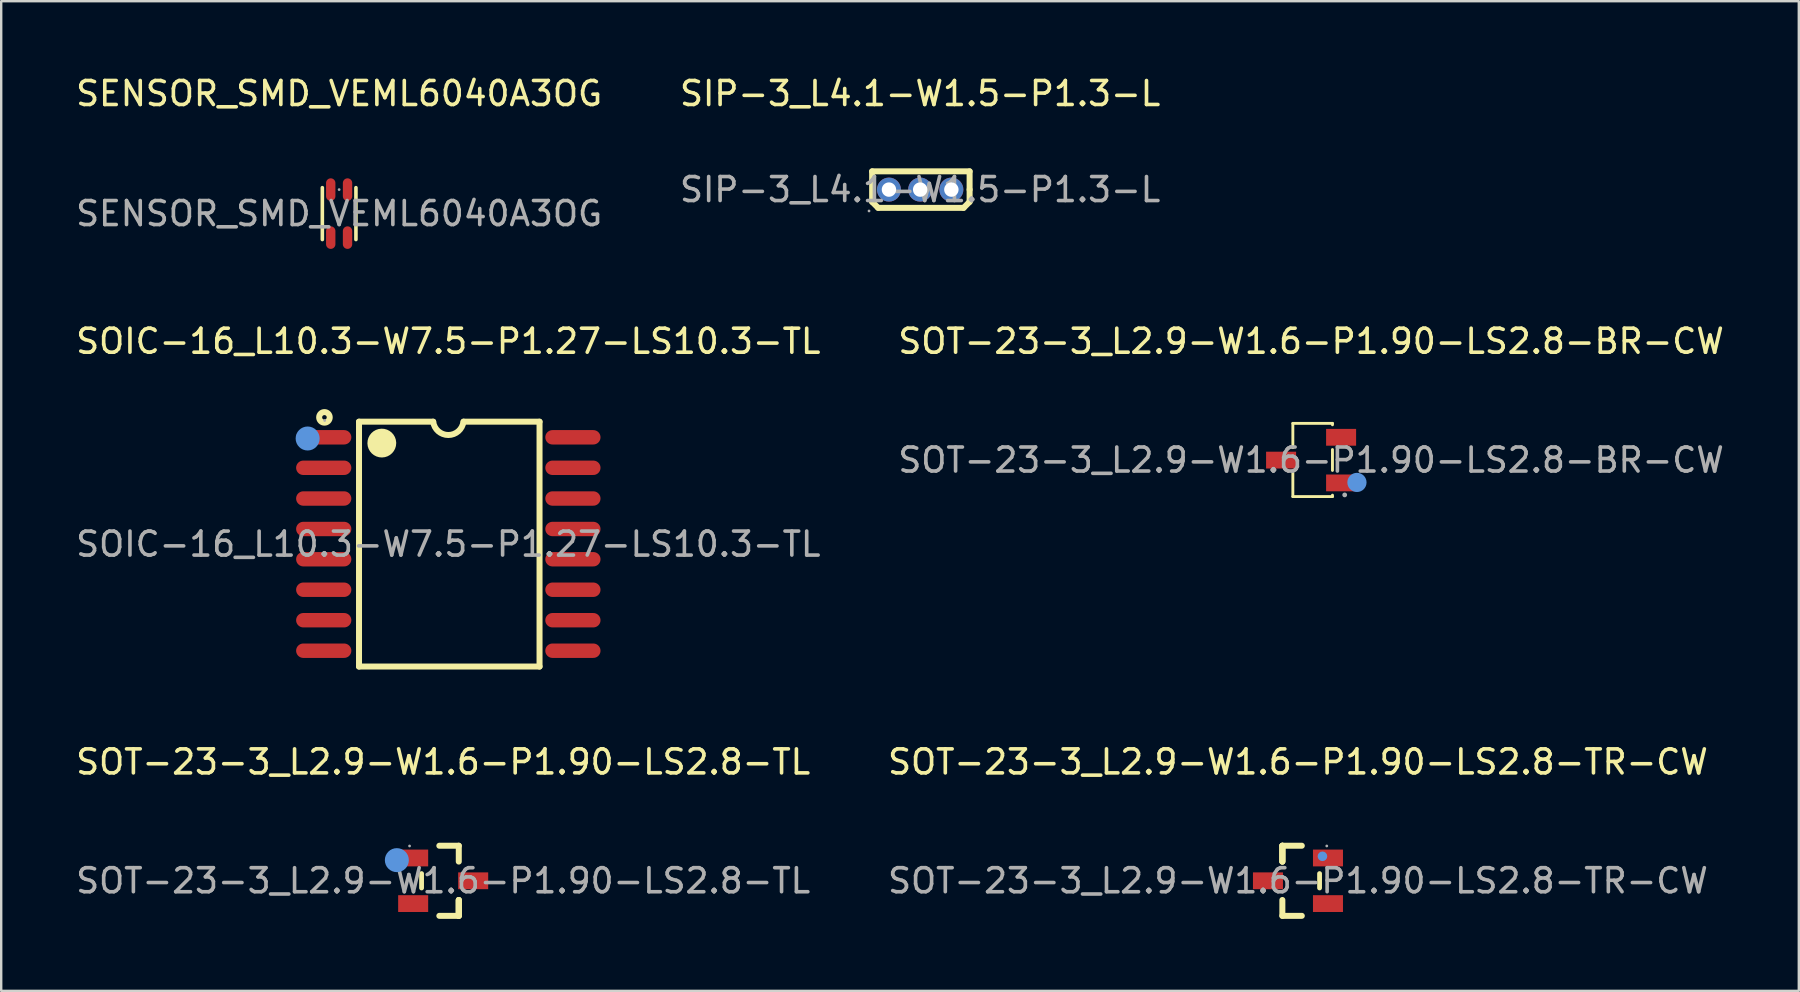
<source format=kicad_pcb>
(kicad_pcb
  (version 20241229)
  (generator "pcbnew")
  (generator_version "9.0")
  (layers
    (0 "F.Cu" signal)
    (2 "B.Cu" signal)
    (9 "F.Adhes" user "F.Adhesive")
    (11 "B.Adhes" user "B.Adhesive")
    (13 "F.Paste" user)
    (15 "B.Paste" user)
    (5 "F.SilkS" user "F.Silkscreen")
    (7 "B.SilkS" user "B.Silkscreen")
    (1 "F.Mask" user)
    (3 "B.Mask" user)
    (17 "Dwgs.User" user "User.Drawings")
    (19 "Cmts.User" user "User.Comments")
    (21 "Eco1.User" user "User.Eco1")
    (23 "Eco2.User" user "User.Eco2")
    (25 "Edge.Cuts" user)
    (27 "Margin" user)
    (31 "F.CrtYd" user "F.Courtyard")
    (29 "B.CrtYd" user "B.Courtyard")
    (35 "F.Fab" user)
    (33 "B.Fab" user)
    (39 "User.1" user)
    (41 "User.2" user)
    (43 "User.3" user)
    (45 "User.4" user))
  (footprint "SOT-23-3_L2.9-W1.6-P1.90-LS2.8-TR-CW"
    (layer "F.Cu")
    (at 51.018 33.64)
    (property "Reference" "SOT-23-3_L2.9-W1.6-P1.90-LS2.8-TR-CW" (at 0 -4.95 0) (layer "F.SilkS") (effects (font (size 1 1) (thickness 0.15))))
    (attr through_hole)
    (fp_line (start -0.65 -1.46) (end -0.65 -0.8) (stroke (width 0.25) (type solid)) (layer "F.SilkS"))
    (fp_line (start -0.65 -1.46) (end 0.16 -1.46) (stroke (width 0.25) (type solid)) (layer "F.SilkS"))
    (fp_line (start -0.65 -0.8) (end -0.65 -1.46) (stroke (width 0.25) (type solid)) (layer "F.SilkS"))
    (fp_line (start -0.65 -0.8) (end -0.65 -1.46) (stroke (width 0.25) (type solid)) (layer "F.SilkS"))
    (fp_line (start -0.65 1.46) (end -0.65 0.8) (stroke (width 0.25) (type solid)) (layer "F.SilkS"))
    (fp_line (start 0.16 1.46) (end -0.65 1.46) (stroke (width 0.25) (type solid)) (layer "F.SilkS"))
    (fp_line (start 0.9 0.3) (end 0.9 -0.3) (stroke (width 0.2) (type solid)) (layer "F.SilkS"))
    (fp_circle (center 1.02 -1.02) (end 1.12 -1.02) (stroke (width 0.2) (type solid)) (fill no) (layer "Cmts.User"))
    (fp_circle (center 1.2 -1.45) (end 1.23 -1.45) (stroke (width 0.06) (type solid)) (fill no) (layer "F.Fab"))
    (fp_text user "${REFERENCE}" (at 0 0 0) (layer "F.Fab") (effects (font (size 1 1) (thickness 0.15))))
    (pad "1" smd rect (at 1.25 -0.95 270) (size 0.7 1.25) (layers "F.Cu" "F.Mask" "F.Paste"))
    (pad "2" smd rect (at 1.25 0.95 270) (size 0.7 1.25) (layers "F.Cu" "F.Mask" "F.Paste"))
    (pad "3" smd rect (at -1.25 0 270) (size 0.7 1.25) (layers "F.Cu" "F.Mask" "F.Paste")))
  (footprint "SOT-23-3_L2.9-W1.6-P1.90-LS2.8-BR-CW"
    (layer "F.Cu")
    (at 51.565 16.116)
    (property "Reference" "SOT-23-3_L2.9-W1.6-P1.90-LS2.8-BR-CW" (at 0 -4.95 0) (layer "F.SilkS") (effects (font (size 1 1) (thickness 0.15))))
    (attr through_hole)
    (fp_line (start -0.76 -1.53) (end 0.89 -1.53) (stroke (width 0.12) (type solid)) (layer "F.SilkS"))
    (fp_line (start -0.76 -0.52) (end -0.76 -1.53) (stroke (width 0.12) (type solid)) (layer "F.SilkS"))
    (fp_line (start -0.76 1.52) (end -0.76 0.51) (stroke (width 0.12) (type solid)) (layer "F.SilkS"))
    (fp_line (start 0.89 -1.53) (end 0.89 -1.47) (stroke (width 0.12) (type solid)) (layer "F.SilkS"))
    (fp_line (start 0.89 -0.44) (end 0.89 0.43) (stroke (width 0.12) (type solid)) (layer "F.SilkS"))
    (fp_line (start 0.89 1.46) (end 0.89 1.52) (stroke (width 0.12) (type solid)) (layer "F.SilkS"))
    (fp_line (start 0.89 1.52) (end -0.76 1.52) (stroke (width 0.12) (type solid)) (layer "F.SilkS"))
    (fp_circle (center 1.91 0.93) (end 2.11 0.93) (stroke (width 0.4) (type solid)) (fill no) (layer "Cmts.User"))
    (fp_circle (center 1.4 1.45) (end 1.45 1.45) (stroke (width 0.1) (type solid)) (fill no) (layer "F.Fab"))
    (fp_text user "${REFERENCE}" (at 0 0 0) (layer "F.Fab") (effects (font (size 1 1) (thickness 0.15))))
    (pad "1" smd rect (at 1.25 0.95 270) (size 0.7 1.25) (layers "F.Cu" "F.Mask" "F.Paste"))
    (pad "2" smd rect (at -1.25 0 270) (size 0.7 1.25) (layers "F.Cu" "F.Mask" "F.Paste"))
    (pad "3" smd rect (at 1.25 -0.95 270) (size 0.7 1.25) (layers "F.Cu" "F.Mask" "F.Paste")))
  (footprint "SOT-23-3_L2.9-W1.6-P1.90-LS2.8-TL"
    (layer "F.Cu")
    (at 15.411 33.64)
    (property "Reference" "SOT-23-3_L2.9-W1.6-P1.90-LS2.8-TL" (at 0 -4.95 0) (layer "F.SilkS") (effects (font (size 1 1) (thickness 0.15))))
    (attr through_hole)
    (fp_line (start -0.9 -0.3) (end -0.9 0.3) (stroke (width 0.2) (type solid)) (layer "F.SilkS"))
    (fp_line (start -0.16 -1.46) (end 0.65 -1.46) (stroke (width 0.25) (type solid)) (layer "F.SilkS"))
    (fp_line (start 0.65 -1.46) (end 0.65 -0.8) (stroke (width 0.25) (type solid)) (layer "F.SilkS"))
    (fp_line (start 0.65 0.8) (end 0.65 1.46) (stroke (width 0.25) (type solid)) (layer "F.SilkS"))
    (fp_line (start 0.65 0.8) (end 0.65 1.46) (stroke (width 0.25) (type solid)) (layer "F.SilkS"))
    (fp_line (start 0.65 1.46) (end -0.16 1.46) (stroke (width 0.25) (type solid)) (layer "F.SilkS"))
    (fp_line (start 0.65 1.46) (end 0.65 0.8) (stroke (width 0.25) (type solid)) (layer "F.SilkS"))
    (fp_circle (center -1.93 -0.86) (end -1.68 -0.86) (stroke (width 0.5) (type solid)) (fill no) (layer "Cmts.User"))
    (fp_circle (center -1.4 -1.45) (end -1.37 -1.45) (stroke (width 0.06) (type solid)) (fill no) (layer "F.Fab"))
    (fp_text user "${REFERENCE}" (at 0 0 0) (layer "F.Fab") (effects (font (size 1 1) (thickness 0.15))))
    (pad "1" smd rect (at -1.25 -0.95) (size 1.25 0.7) (layers "F.Cu" "F.Mask" "F.Paste"))
    (pad "2" smd rect (at -1.25 0.95) (size 1.25 0.7) (layers "F.Cu" "F.Mask" "F.Paste"))
    (pad "3" smd rect (at 1.25 0) (size 1.25 0.7) (layers "F.Cu" "F.Mask" "F.Paste")))
  (footprint "SENSOR_SMD_VEML6040A3OG"
    (layer "F.Cu")
    (at 11.077 5.848)
    (property "Reference" "SENSOR_SMD_VEML6040A3OG" (at 0 -5 0) (layer "F.SilkS") (effects (font (size 1 1) (thickness 0.15))))
    (attr through_hole)
    (fp_line (start -0.7 1.08) (end -0.7 -1.08) (stroke (width 0.15) (type solid)) (layer "F.SilkS"))
    (fp_line (start 0.7 1.08) (end 0.7 -1.08) (stroke (width 0.15) (type solid)) (layer "F.SilkS"))
    (fp_circle (center 0 -1) (end 0.03 -1) (stroke (width 0.06) (type solid)) (fill no) (layer "F.Fab"))
    (fp_text user "${REFERENCE}" (at 0 0 0) (layer "F.Fab") (effects (font (size 1 1) (thickness 0.15))))
    (pad "1" smd oval (at -0.35 1) (size 0.39 0.94) (layers "F.Cu" "F.Mask" "F.Paste"))
    (pad "2" smd oval (at 0.35 1) (size 0.39 0.94) (layers "F.Cu" "F.Mask" "F.Paste"))
    (pad "3" smd oval (at 0.35 -1) (size 0.39 0.94) (layers "F.Cu" "F.Mask" "F.Paste"))
    (pad "4" smd oval (at -0.35 -1) (size 0.39 0.94) (layers "F.Cu" "F.Mask" "F.Paste")))
  (footprint "SOIC-16_L10.3-W7.5-P1.27-LS10.3-TL"
    (layer "F.Cu")
    (at 15.625 19.616)
    (property "Reference" "SOIC-16_L10.3-W7.5-P1.27-LS10.3-TL" (at 0 -8.45 0) (layer "F.SilkS") (effects (font (size 1 1) (thickness 0.15))))
    (attr through_hole)
    (fp_line (start -3.72 -5.1) (end -3.72 5.1) (stroke (width 0.25) (type solid)) (layer "F.SilkS"))
    (fp_line (start -3.72 -5.1) (end -0.63 -5.1) (stroke (width 0.25) (type solid)) (layer "F.SilkS"))
    (fp_line (start -3.72 5.1) (end 3.8 5.1) (stroke (width 0.25) (type solid)) (layer "F.SilkS"))
    (fp_line (start 3.8 -5.1) (end 0.64 -5.1) (stroke (width 0.25) (type solid)) (layer "F.SilkS"))
    (fp_line (start 3.8 5.1) (end 3.8 -5.1) (stroke (width 0.25) (type solid)) (layer "F.SilkS"))
    (fp_arc (start -2.47 -4.21) (mid -3.069958 -4.205) (end -2.470167 -4.219999) (stroke (width 0.6) (type solid)) (layer "F.SilkS"))
    (fp_arc (start 0.630199 -5.101582) (mid 0.000797 -4.544941) (end -0.63 -5.1) (stroke (width 0.25) (type solid)) (layer "F.SilkS"))
    (fp_circle (center -5.16 -5.28) (end -4.94 -5.28) (stroke (width 0.25) (type solid)) (fill no) (layer "F.SilkS"))
    (fp_circle (center -5.86 -4.4) (end -5.61 -4.4) (stroke (width 0.5) (type solid)) (fill no) (layer "Cmts.User"))
    (fp_circle (center -5.15 -5.15) (end -5.12 -5.15) (stroke (width 0.06) (type solid)) (fill no) (layer "F.Fab"))
    (fp_text user "${REFERENCE}" (at 0 0 0) (layer "F.Fab") (effects (font (size 1 1) (thickness 0.15))))
    (pad "1" smd oval (at -5.19 -4.45) (size 2.3 0.6) (layers "F.Cu" "F.Mask" "F.Paste"))
    (pad "2" smd oval (at -5.19 -3.18) (size 2.3 0.6) (layers "F.Cu" "F.Mask" "F.Paste"))
    (pad "3" smd oval (at -5.19 -1.9) (size 2.3 0.6) (layers "F.Cu" "F.Mask" "F.Paste"))
    (pad "4" smd oval (at -5.19 -0.63) (size 2.3 0.6) (layers "F.Cu" "F.Mask" "F.Paste"))
    (pad "5" smd oval (at -5.19 0.63) (size 2.3 0.6) (layers "F.Cu" "F.Mask" "F.Paste"))
    (pad "6" smd oval (at -5.19 1.9) (size 2.3 0.6) (layers "F.Cu" "F.Mask" "F.Paste"))
    (pad "7" smd oval (at -5.19 3.17) (size 2.3 0.6) (layers "F.Cu" "F.Mask" "F.Paste"))
    (pad "8" smd oval (at -5.19 4.44) (size 2.3 0.6) (layers "F.Cu" "F.Mask" "F.Paste"))
    (pad "9" smd oval (at 5.19 4.44) (size 2.3 0.6) (layers "F.Cu" "F.Mask" "F.Paste"))
    (pad "10" smd oval (at 5.19 3.17) (size 2.3 0.6) (layers "F.Cu" "F.Mask" "F.Paste"))
    (pad "11" smd oval (at 5.19 1.9) (size 2.3 0.6) (layers "F.Cu" "F.Mask" "F.Paste"))
    (pad "12" smd oval (at 5.19 0.63) (size 2.3 0.6) (layers "F.Cu" "F.Mask" "F.Paste"))
    (pad "13" smd oval (at 5.19 -0.63) (size 2.3 0.6) (layers "F.Cu" "F.Mask" "F.Paste"))
    (pad "14" smd oval (at 5.19 -1.9) (size 2.3 0.6) (layers "F.Cu" "F.Mask" "F.Paste"))
    (pad "15" smd oval (at 5.19 -3.18) (size 2.3 0.6) (layers "F.Cu" "F.Mask" "F.Paste"))
    (pad "16" smd oval (at 5.19 -4.45) (size 2.3 0.6) (layers "F.Cu" "F.Mask" "F.Paste")))
  (footprint "SIP-3_L4.1-W1.5-P1.3-L"
    (layer "F.Cu")
    (at 35.28 4.848)
    (property "Reference" "SIP-3_L4.1-W1.5-P1.3-L" (at 0 -4 0) (layer "F.SilkS") (effects (font (size 1 1) (thickness 0.15))))
    (attr through_hole)
    (fp_line (start -2 -0.76) (end 2.06 -0.76) (stroke (width 0.25) (type solid)) (layer "F.SilkS"))
    (fp_line (start -2 0.51) (end -2 -0.76) (stroke (width 0.25) (type solid)) (layer "F.SilkS"))
    (fp_line (start -1.75 0.76) (end -2 0.51) (stroke (width 0.25) (type solid)) (layer "F.SilkS"))
    (fp_line (start 1.81 0.76) (end -1.75 0.76) (stroke (width 0.25) (type solid)) (layer "F.SilkS"))
    (fp_line (start 2.06 -0.76) (end 2.06 0) (stroke (width 0.25) (type solid)) (layer "F.SilkS"))
    (fp_line (start 2.06 0) (end 2.06 0.51) (stroke (width 0.25) (type solid)) (layer "F.SilkS"))
    (fp_line (start 2.06 0.51) (end 1.81 0.76) (stroke (width 0.25) (type solid)) (layer "F.SilkS"))
    (fp_circle (center -2.13 0.89) (end -2.1 0.89) (stroke (width 0.06) (type solid)) (fill no) (layer "F.Fab"))
    (fp_circle (center -1.3 0) (end -1.2 0) (stroke (width 0.2) (type solid)) (fill no) (layer "F.Fab"))
    (fp_circle (center 0 0) (end 0.1 0) (stroke (width 0.2) (type solid)) (fill no) (layer "F.Fab"))
    (fp_circle (center 1.3 0) (end 1.4 0) (stroke (width 0.2) (type solid)) (fill no) (layer "F.Fab"))
    (fp_text user "${REFERENCE}" (at 0 0 0) (layer "F.Fab") (effects (font (size 1 1) (thickness 0.15))))
    (pad "1" thru_hole circle (at -1.3 0 180) (size 1 1) (drill 0.6) (layers "*.Cu" "*.Paste" "*.Mask"))
    (pad "2" thru_hole circle (at 0 0 180) (size 1 1) (drill 0.6) (layers "*.Cu" "*.Paste" "*.Mask"))
    (pad "3" thru_hole circle (at 1.3 0 180) (size 1 1) (drill 0.6) (layers "*.Cu" "*.Paste" "*.Mask")))
  (gr_rect
    (start -3 -3)
    (end 71.881 38.225)
    (stroke (width 0.1) (type default))
    (fill no)
    (layer "Edge.Cuts")))
</source>
